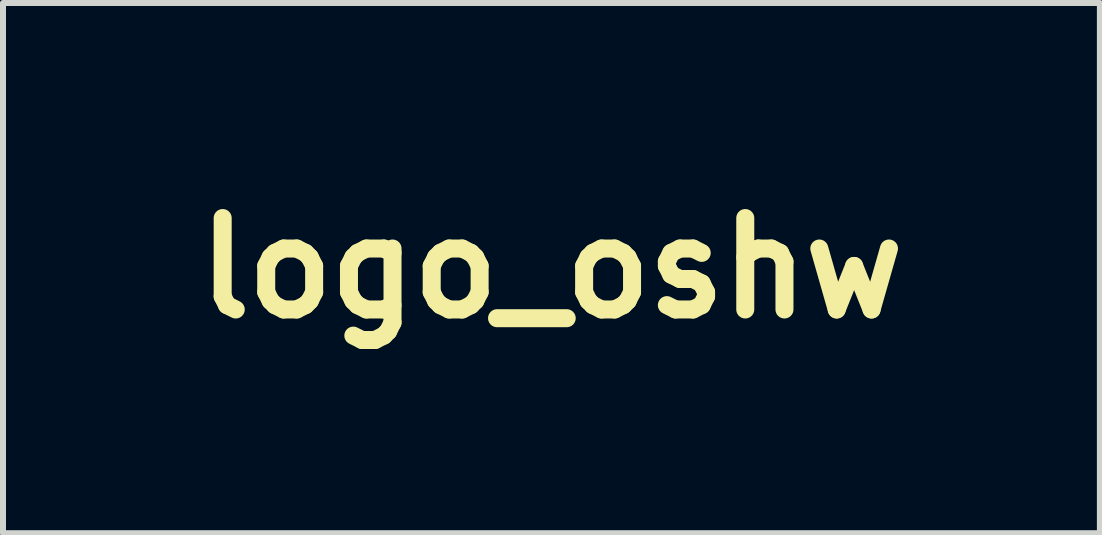
<source format=kicad_pcb>
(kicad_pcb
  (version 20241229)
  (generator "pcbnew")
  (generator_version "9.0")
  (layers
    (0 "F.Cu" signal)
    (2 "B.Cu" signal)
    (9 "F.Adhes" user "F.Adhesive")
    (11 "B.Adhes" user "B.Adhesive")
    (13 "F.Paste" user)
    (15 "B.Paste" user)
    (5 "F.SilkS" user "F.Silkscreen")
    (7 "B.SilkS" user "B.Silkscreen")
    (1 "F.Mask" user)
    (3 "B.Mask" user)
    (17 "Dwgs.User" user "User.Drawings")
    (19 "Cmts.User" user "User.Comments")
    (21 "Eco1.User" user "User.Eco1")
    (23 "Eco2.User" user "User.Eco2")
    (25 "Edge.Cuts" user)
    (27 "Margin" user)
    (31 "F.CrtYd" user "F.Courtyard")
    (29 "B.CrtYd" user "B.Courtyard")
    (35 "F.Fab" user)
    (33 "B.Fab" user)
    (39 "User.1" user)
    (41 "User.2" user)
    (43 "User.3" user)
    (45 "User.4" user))
  (footprint "logo_oshw"
    (layer "F.Cu")
    (at 6.14 1.418)
    (property "Reference" "logo_oshw" (at 0 0 0) (layer "F.SilkS") (effects (font (size 1.524 1.524) (thickness 0.3))))
    (attr through_hole)
    (fp_poly (pts (xy 0.037 -0.728) (xy 0.062 -0.728) (xy 0.081 -0.728) (xy 0.094 -0.727) (xy 0.103 -0.726) (xy 0.109 -0.725) (xy 0.112 -0.723) (xy 0.113 -0.721) (xy 0.114 -0.719) (xy 0.116 -0.712) (xy 0.119 -0.698) (xy 0.123 -0.678) (xy 0.128 -0.655) (xy 0.133 -0.628) (xy 0.136 -0.614) (xy 0.141 -0.586) (xy 0.146 -0.561) (xy 0.15 -0.54) (xy 0.153 -0.524) (xy 0.156 -0.515) (xy 0.156 -0.513) (xy 0.161 -0.51) (xy 0.172 -0.504) (xy 0.188 -0.497) (xy 0.207 -0.488) (xy 0.228 -0.479) (xy 0.249 -0.47) (xy 0.269 -0.462) (xy 0.286 -0.455) (xy 0.299 -0.451) (xy 0.306 -0.449) (xy 0.306 -0.449) (xy 0.311 -0.451) (xy 0.322 -0.458) (xy 0.337 -0.468) (xy 0.357 -0.48) (xy 0.379 -0.496) (xy 0.398 -0.508) (xy 0.422 -0.524) (xy 0.443 -0.539) (xy 0.462 -0.551) (xy 0.477 -0.56) (xy 0.486 -0.566) (xy 0.489 -0.567) (xy 0.493 -0.564) (xy 0.503 -0.556) (xy 0.516 -0.544) (xy 0.532 -0.529) (xy 0.549 -0.511) (xy 0.568 -0.493) (xy 0.586 -0.474) (xy 0.603 -0.456) (xy 0.618 -0.44) (xy 0.63 -0.427) (xy 0.637 -0.418) (xy 0.639 -0.415) (xy 0.637 -0.409) (xy 0.631 -0.399) (xy 0.621 -0.382) (xy 0.607 -0.36) (xy 0.588 -0.332) (xy 0.564 -0.298) (xy 0.552 -0.281) (xy 0.541 -0.265) (xy 0.532 -0.25) (xy 0.527 -0.24) (xy 0.525 -0.236) (xy 0.527 -0.23) (xy 0.531 -0.219) (xy 0.537 -0.202) (xy 0.545 -0.183) (xy 0.554 -0.161) (xy 0.563 -0.14) (xy 0.572 -0.12) (xy 0.58 -0.103) (xy 0.586 -0.09) (xy 0.589 -0.083) (xy 0.59 -0.082) (xy 0.594 -0.08) (xy 0.606 -0.078) (xy 0.624 -0.074) (xy 0.646 -0.07) (xy 0.673 -0.065) (xy 0.69 -0.061) (xy 0.718 -0.056) (xy 0.744 -0.051) (xy 0.765 -0.047) (xy 0.782 -0.044) (xy 0.792 -0.041) (xy 0.794 -0.041) (xy 0.796 -0.039) (xy 0.797 -0.033) (xy 0.799 -0.024) (xy 0.799 -0.01) (xy 0.8 0.01) (xy 0.8 0.037) (xy 0.8 0.069) (xy 0.8 0.103) (xy 0.8 0.128) (xy 0.8 0.147) (xy 0.799 0.161) (xy 0.798 0.17) (xy 0.797 0.175) (xy 0.795 0.178) (xy 0.793 0.179) (xy 0.785 0.181) (xy 0.772 0.184) (xy 0.755 0.187) (xy 0.747 0.188) (xy 0.706 0.196) (xy 0.672 0.202) (xy 0.646 0.207) (xy 0.625 0.212) (xy 0.611 0.216) (xy 0.601 0.219) (xy 0.595 0.221) (xy 0.594 0.223) (xy 0.591 0.228) (xy 0.586 0.24) (xy 0.579 0.257) (xy 0.57 0.277) (xy 0.561 0.298) (xy 0.553 0.32) (xy 0.544 0.341) (xy 0.537 0.359) (xy 0.532 0.373) (xy 0.529 0.381) (xy 0.529 0.382) (xy 0.531 0.386) (xy 0.538 0.397) (xy 0.548 0.412) (xy 0.561 0.431) (xy 0.575 0.453) (xy 0.584 0.466) (xy 0.6 0.489) (xy 0.614 0.51) (xy 0.626 0.528) (xy 0.634 0.542) (xy 0.639 0.551) (xy 0.639 0.553) (xy 0.636 0.559) (xy 0.628 0.569) (xy 0.615 0.584) (xy 0.598 0.602) (xy 0.577 0.623) (xy 0.566 0.634) (xy 0.543 0.657) (xy 0.525 0.675) (xy 0.511 0.687) (xy 0.501 0.696) (xy 0.494 0.701) (xy 0.489 0.704) (xy 0.486 0.704) (xy 0.482 0.703) (xy 0.482 0.703) (xy 0.476 0.699) (xy 0.464 0.691) (xy 0.447 0.68) (xy 0.427 0.666) (xy 0.405 0.651) (xy 0.4 0.647) (xy 0.378 0.632) (xy 0.358 0.619) (xy 0.341 0.608) (xy 0.329 0.601) (xy 0.322 0.597) (xy 0.321 0.597) (xy 0.315 0.599) (xy 0.304 0.604) (xy 0.289 0.611) (xy 0.278 0.616) (xy 0.261 0.625) (xy 0.248 0.63) (xy 0.239 0.632) (xy 0.237 0.632) (xy 0.234 0.627) (xy 0.229 0.616) (xy 0.221 0.598) (xy 0.212 0.576) (xy 0.201 0.55) (xy 0.189 0.521) (xy 0.184 0.51) (xy 0.17 0.477) (xy 0.157 0.444) (xy 0.144 0.413) (xy 0.132 0.384) (xy 0.122 0.361) (xy 0.115 0.343) (xy 0.114 0.342) (xy 0.106 0.322) (xy 0.1 0.305) (xy 0.095 0.293) (xy 0.093 0.286) (xy 0.093 0.286) (xy 0.096 0.281) (xy 0.105 0.273) (xy 0.117 0.263) (xy 0.12 0.261) (xy 0.157 0.231) (xy 0.185 0.198) (xy 0.207 0.162) (xy 0.22 0.123) (xy 0.225 0.08) (xy 0.226 0.07) (xy 0.222 0.028) (xy 0.211 -0.011) (xy 0.192 -0.048) (xy 0.165 -0.082) (xy 0.165 -0.082) (xy 0.133 -0.11) (xy 0.098 -0.131) (xy 0.06 -0.144) (xy 0.021 -0.151) (xy -0.019 -0.15) (xy -0.059 -0.142) (xy -0.097 -0.127) (xy -0.132 -0.105) (xy -0.144 -0.095) (xy -0.173 -0.063) (xy -0.195 -0.027) (xy -0.209 0.011) (xy -0.216 0.054) (xy -0.216 0.067) (xy -0.213 0.11) (xy -0.204 0.148) (xy -0.187 0.182) (xy -0.164 0.214) (xy -0.133 0.244) (xy -0.114 0.258) (xy -0.101 0.269) (xy -0.091 0.278) (xy -0.085 0.285) (xy -0.085 0.286) (xy -0.086 0.291) (xy -0.091 0.303) (xy -0.098 0.321) (xy -0.107 0.344) (xy -0.118 0.371) (xy -0.13 0.401) (xy -0.14 0.427) (xy -0.154 0.46) (xy -0.167 0.492) (xy -0.18 0.522) (xy -0.191 0.548) (xy -0.199 0.57) (xy -0.206 0.586) (xy -0.209 0.593) (xy -0.217 0.612) (xy -0.223 0.625) (xy -0.229 0.631) (xy -0.238 0.631) (xy -0.25 0.627) (xy -0.267 0.618) (xy -0.269 0.616) (xy -0.285 0.608) (xy -0.299 0.602) (xy -0.308 0.598) (xy -0.311 0.597) (xy -0.316 0.599) (xy -0.327 0.606) (xy -0.343 0.616) (xy -0.362 0.628) (xy -0.384 0.643) (xy -0.397 0.652) (xy -0.421 0.668) (xy -0.441 0.682) (xy -0.459 0.693) (xy -0.472 0.702) (xy -0.48 0.706) (xy -0.481 0.707) (xy -0.485 0.704) (xy -0.494 0.696) (xy -0.507 0.684) (xy -0.523 0.668) (xy -0.542 0.649) (xy -0.557 0.634) (xy -0.578 0.614) (xy -0.596 0.595) (xy -0.611 0.578) (xy -0.623 0.565) (xy -0.629 0.557) (xy -0.631 0.554) (xy -0.628 0.548) (xy -0.622 0.537) (xy -0.612 0.521) (xy -0.599 0.501) (xy -0.584 0.479) (xy -0.576 0.467) (xy -0.56 0.444) (xy -0.546 0.423) (xy -0.535 0.405) (xy -0.526 0.392) (xy -0.521 0.384) (xy -0.521 0.382) (xy -0.522 0.376) (xy -0.527 0.364) (xy -0.533 0.347) (xy -0.541 0.327) (xy -0.55 0.305) (xy -0.559 0.282) (xy -0.567 0.262) (xy -0.575 0.244) (xy -0.581 0.23) (xy -0.585 0.222) (xy -0.586 0.221) (xy -0.592 0.219) (xy -0.604 0.215) (xy -0.623 0.211) (xy -0.646 0.206) (xy -0.672 0.201) (xy -0.686 0.198) (xy -0.714 0.193) (xy -0.739 0.188) (xy -0.759 0.184) (xy -0.775 0.18) (xy -0.784 0.178) (xy -0.786 0.177) (xy -0.788 0.171) (xy -0.79 0.159) (xy -0.791 0.141) (xy -0.792 0.119) (xy -0.792 0.094) (xy -0.792 0.067) (xy -0.792 0.041) (xy -0.791 0.016) (xy -0.79 -0.006) (xy -0.789 -0.023) (xy -0.788 -0.035) (xy -0.786 -0.041) (xy -0.786 -0.041) (xy -0.78 -0.042) (xy -0.767 -0.045) (xy -0.749 -0.048) (xy -0.726 -0.053) (xy -0.699 -0.058) (xy -0.682 -0.061) (xy -0.654 -0.067) (xy -0.629 -0.072) (xy -0.608 -0.076) (xy -0.592 -0.08) (xy -0.582 -0.082) (xy -0.58 -0.083) (xy -0.577 -0.089) (xy -0.571 -0.101) (xy -0.564 -0.117) (xy -0.555 -0.137) (xy -0.546 -0.158) (xy -0.537 -0.179) (xy -0.529 -0.199) (xy -0.523 -0.216) (xy -0.518 -0.229) (xy -0.516 -0.235) (xy -0.516 -0.235) (xy -0.519 -0.24) (xy -0.525 -0.252) (xy -0.535 -0.268) (xy -0.548 -0.288) (xy -0.563 -0.31) (xy -0.572 -0.323) (xy -0.588 -0.347) (xy -0.602 -0.368) (xy -0.614 -0.387) (xy -0.623 -0.401) (xy -0.629 -0.41) (xy -0.63 -0.412) (xy -0.629 -0.416) (xy -0.624 -0.424) (xy -0.615 -0.435) (xy -0.601 -0.45) (xy -0.582 -0.469) (xy -0.558 -0.494) (xy -0.538 -0.514) (xy -0.519 -0.532) (xy -0.503 -0.547) (xy -0.49 -0.559) (xy -0.482 -0.566) (xy -0.48 -0.567) (xy -0.475 -0.565) (xy -0.464 -0.558) (xy -0.448 -0.548) (xy -0.429 -0.536) (xy -0.407 -0.52) (xy -0.391 -0.51) (xy -0.367 -0.493) (xy -0.345 -0.479) (xy -0.327 -0.466) (xy -0.312 -0.457) (xy -0.303 -0.451) (xy -0.3 -0.45) (xy -0.295 -0.451) (xy -0.283 -0.455) (xy -0.266 -0.461) (xy -0.246 -0.468) (xy -0.225 -0.476) (xy -0.204 -0.485) (xy -0.184 -0.493) (xy -0.167 -0.5) (xy -0.155 -0.506) (xy -0.15 -0.509) (xy -0.147 -0.515) (xy -0.144 -0.527) (xy -0.14 -0.546) (xy -0.135 -0.569) (xy -0.129 -0.596) (xy -0.125 -0.617) (xy -0.12 -0.646) (xy -0.115 -0.672) (xy -0.11 -0.694) (xy -0.107 -0.71) (xy -0.104 -0.721) (xy -0.104 -0.724) (xy -0.099 -0.725) (xy -0.087 -0.726) (xy -0.068 -0.727) (xy -0.044 -0.728) (xy -0.016 -0.728) (xy 0.005 -0.728) (xy 0.037 -0.728)) (stroke (width 0.01) (type solid)) (fill yes) (layer "F.Mask")))
  (gr_rect
    (start -3 -3)
    (end 15.279 5.836)
    (stroke (width 0.1) (type default))
    (fill no)
    (layer "Edge.Cuts")))
</source>
